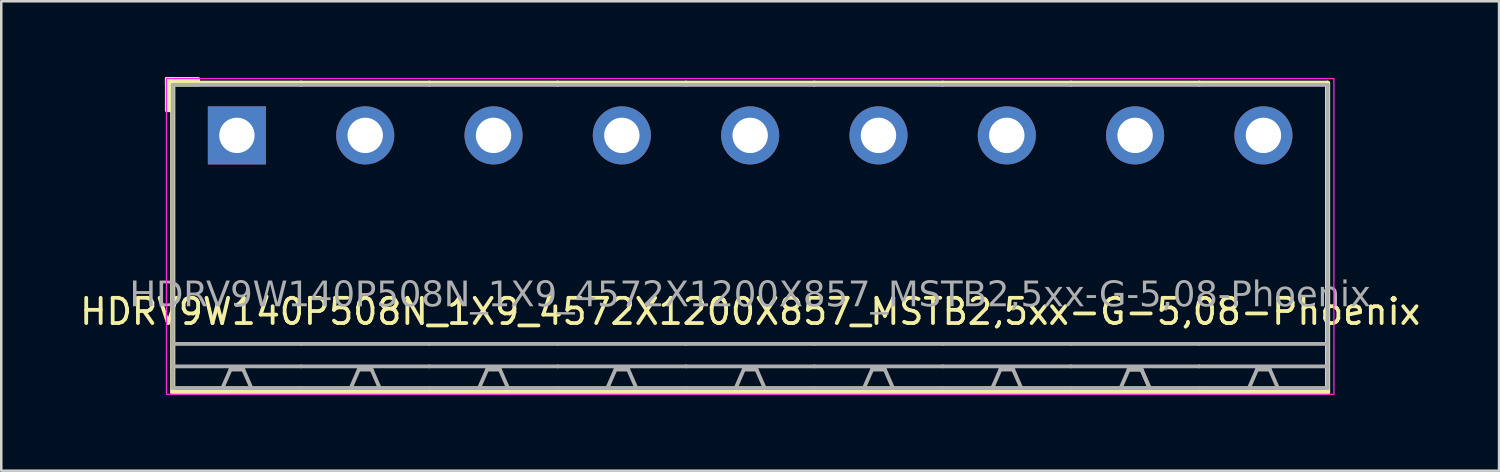
<source format=kicad_pcb>
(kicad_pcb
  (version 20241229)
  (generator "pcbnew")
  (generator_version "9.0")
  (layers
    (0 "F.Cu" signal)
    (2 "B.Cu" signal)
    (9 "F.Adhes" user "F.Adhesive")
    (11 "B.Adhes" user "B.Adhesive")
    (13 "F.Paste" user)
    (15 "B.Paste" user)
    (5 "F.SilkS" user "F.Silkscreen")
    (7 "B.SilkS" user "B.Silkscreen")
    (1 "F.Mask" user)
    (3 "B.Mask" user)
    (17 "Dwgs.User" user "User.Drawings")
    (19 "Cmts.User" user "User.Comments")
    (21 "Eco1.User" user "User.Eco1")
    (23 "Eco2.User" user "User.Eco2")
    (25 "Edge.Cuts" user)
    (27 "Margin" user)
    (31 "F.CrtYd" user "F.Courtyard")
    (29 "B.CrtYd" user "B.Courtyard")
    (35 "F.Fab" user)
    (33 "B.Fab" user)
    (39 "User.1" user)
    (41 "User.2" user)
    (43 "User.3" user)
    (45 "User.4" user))
  (footprint "HDRV9W140P508N_1X9_4572X1200X857_MSTB2,5xx-G-5,08-Phoenix"
    (layer "F.Cu")
    (at 26.649 2.31)
    (property "Reference" "HDRV9W140P508N_1X9_4572X1200X857_MSTB2,5xx-G-5,08-Phoenix" (at 0 6.975 0) (layer "F.SilkS") (effects (font (size 1 1) (thickness 0.15))))
    (attr through_hole)
    (fp_line (start -22.86 -2.065) (end -22.86 10.16) (stroke (width 0.203) (type solid)) (layer "F.SilkS"))
    (fp_line (start -22.86 10.16) (end -17.78 10.16) (stroke (width 0.203) (type solid)) (layer "F.SilkS"))
    (fp_line (start -17.78 -2.065) (end -22.86 -2.065) (stroke (width 0.203) (type solid)) (layer "F.SilkS"))
    (fp_line (start -17.78 -2.065) (end -12.7 -2.065) (stroke (width 0.203) (type solid)) (layer "F.SilkS"))
    (fp_line (start -12.7 -2.065) (end -7.62 -2.065) (stroke (width 0.203) (type solid)) (layer "F.SilkS"))
    (fp_line (start -12.7 10.16) (end -17.78 10.16) (stroke (width 0.203) (type solid)) (layer "F.SilkS"))
    (fp_line (start -7.62 -2.065) (end -2.54 -2.065) (stroke (width 0.203) (type solid)) (layer "F.SilkS"))
    (fp_line (start -7.62 10.16) (end -12.7 10.16) (stroke (width 0.203) (type solid)) (layer "F.SilkS"))
    (fp_line (start -2.54 -2.065) (end 2.54 -2.065) (stroke (width 0.203) (type solid)) (layer "F.SilkS"))
    (fp_line (start -2.54 10.16) (end -7.62 10.16) (stroke (width 0.203) (type solid)) (layer "F.SilkS"))
    (fp_line (start 2.54 -2.065) (end 7.62 -2.065) (stroke (width 0.203) (type solid)) (layer "F.SilkS"))
    (fp_line (start 2.54 10.16) (end -2.54 10.16) (stroke (width 0.203) (type solid)) (layer "F.SilkS"))
    (fp_line (start 7.62 -2.065) (end 12.7 -2.065) (stroke (width 0.203) (type solid)) (layer "F.SilkS"))
    (fp_line (start 7.62 10.16) (end 2.54 10.16) (stroke (width 0.203) (type solid)) (layer "F.SilkS"))
    (fp_line (start 12.7 -2.065) (end 17.78 -2.065) (stroke (width 0.203) (type solid)) (layer "F.SilkS"))
    (fp_line (start 12.7 10.16) (end 7.62 10.16) (stroke (width 0.203) (type solid)) (layer "F.SilkS"))
    (fp_line (start 17.78 -2.065) (end 22.86 -2.065) (stroke (width 0.203) (type solid)) (layer "F.SilkS"))
    (fp_line (start 17.78 10.16) (end 12.7 10.16) (stroke (width 0.203) (type solid)) (layer "F.SilkS"))
    (fp_line (start 22.86 -2.065) (end 22.86 10.16) (stroke (width 0.203) (type solid)) (layer "F.SilkS"))
    (fp_line (start 22.86 10.16) (end 17.78 10.16) (stroke (width 0.203) (type solid)) (layer "F.SilkS"))
    (fp_rect (start -23.11 -2.25) (end -22.856 -0.98) (stroke (width 0.12) (type solid)) (fill yes) (layer "F.SilkS"))
    (fp_rect (start -23.11 -2.25) (end -21.84 -1.996) (stroke (width 0.12) (type solid)) (fill yes) (layer "F.SilkS"))
    (fp_rect (start -23.11 -2.25) (end 23.11 10.25) (stroke (width 0.05) (type default)) (fill no) (layer "F.CrtYd"))
    (fp_line (start -22.86 -2) (end -22.86 10) (stroke (width 0.152) (type solid)) (layer "F.Fab"))
    (fp_line (start -20.574 9.271) (end -20.892 10) (stroke (width 0.152) (type default)) (layer "F.Fab"))
    (fp_line (start -20.066 9.271) (end -20.574 9.271) (stroke (width 0.152) (type default)) (layer "F.Fab"))
    (fp_line (start -20.066 9.271) (end -19.748 10) (stroke (width 0.152) (type default)) (layer "F.Fab"))
    (fp_line (start -17.78 -2) (end -22.86 -2) (stroke (width 0.152) (type solid)) (layer "F.Fab"))
    (fp_line (start -17.78 -2) (end -12.7 -2) (stroke (width 0.152) (type solid)) (layer "F.Fab"))
    (fp_line (start -17.78 8.255) (end -22.86 8.255) (stroke (width 0.152) (type solid)) (layer "F.Fab"))
    (fp_line (start -17.78 8.255) (end -12.7 8.255) (stroke (width 0.152) (type solid)) (layer "F.Fab"))
    (fp_line (start -17.78 9.144) (end -22.86 9.144) (stroke (width 0.152) (type solid)) (layer "F.Fab"))
    (fp_line (start -17.78 9.144) (end -12.7 9.144) (stroke (width 0.152) (type solid)) (layer "F.Fab"))
    (fp_line (start -17.78 10) (end -22.86 10) (stroke (width 0.152) (type solid)) (layer "F.Fab"))
    (fp_line (start -17.78 10) (end -12.7 10) (stroke (width 0.152) (type solid)) (layer "F.Fab"))
    (fp_line (start -15.494 9.271) (end -15.812 10) (stroke (width 0.152) (type default)) (layer "F.Fab"))
    (fp_line (start -14.986 9.271) (end -15.494 9.271) (stroke (width 0.152) (type default)) (layer "F.Fab"))
    (fp_line (start -14.986 9.271) (end -14.668 10) (stroke (width 0.152) (type default)) (layer "F.Fab"))
    (fp_line (start -12.7 -2) (end -7.62 -2) (stroke (width 0.152) (type solid)) (layer "F.Fab"))
    (fp_line (start -12.7 8.255) (end -7.62 8.255) (stroke (width 0.152) (type solid)) (layer "F.Fab"))
    (fp_line (start -12.7 9.144) (end -7.62 9.144) (stroke (width 0.152) (type solid)) (layer "F.Fab"))
    (fp_line (start -12.7 10) (end -7.62 10) (stroke (width 0.152) (type solid)) (layer "F.Fab"))
    (fp_line (start -10.414 9.271) (end -10.732 10) (stroke (width 0.152) (type default)) (layer "F.Fab"))
    (fp_line (start -9.906 9.271) (end -10.414 9.271) (stroke (width 0.152) (type default)) (layer "F.Fab"))
    (fp_line (start -9.906 9.271) (end -9.588 10) (stroke (width 0.152) (type default)) (layer "F.Fab"))
    (fp_line (start -7.62 -2) (end -2.54 -2) (stroke (width 0.152) (type solid)) (layer "F.Fab"))
    (fp_line (start -7.62 8.255) (end -2.54 8.255) (stroke (width 0.152) (type solid)) (layer "F.Fab"))
    (fp_line (start -7.62 9.144) (end -2.54 9.144) (stroke (width 0.152) (type solid)) (layer "F.Fab"))
    (fp_line (start -7.62 10) (end -2.54 10) (stroke (width 0.152) (type solid)) (layer "F.Fab"))
    (fp_line (start -5.334 9.271) (end -5.652 10) (stroke (width 0.152) (type default)) (layer "F.Fab"))
    (fp_line (start -4.826 9.271) (end -5.334 9.271) (stroke (width 0.152) (type default)) (layer "F.Fab"))
    (fp_line (start -4.826 9.271) (end -4.508 10) (stroke (width 0.152) (type default)) (layer "F.Fab"))
    (fp_line (start -2.54 -2) (end 2.54 -2) (stroke (width 0.152) (type solid)) (layer "F.Fab"))
    (fp_line (start -2.54 8.255) (end 2.54 8.255) (stroke (width 0.152) (type solid)) (layer "F.Fab"))
    (fp_line (start -2.54 9.144) (end 2.54 9.144) (stroke (width 0.152) (type solid)) (layer "F.Fab"))
    (fp_line (start -2.54 10) (end 2.54 10) (stroke (width 0.152) (type solid)) (layer "F.Fab"))
    (fp_line (start -0.254 9.271) (end -0.572 10) (stroke (width 0.152) (type default)) (layer "F.Fab"))
    (fp_line (start 0.254 9.271) (end -0.254 9.271) (stroke (width 0.152) (type default)) (layer "F.Fab"))
    (fp_line (start 0.254 9.271) (end 0.572 10) (stroke (width 0.152) (type default)) (layer "F.Fab"))
    (fp_line (start 2.54 -2) (end 7.62 -2) (stroke (width 0.152) (type solid)) (layer "F.Fab"))
    (fp_line (start 2.54 8.255) (end 7.62 8.255) (stroke (width 0.152) (type solid)) (layer "F.Fab"))
    (fp_line (start 2.54 9.144) (end 7.62 9.144) (stroke (width 0.152) (type solid)) (layer "F.Fab"))
    (fp_line (start 2.54 10) (end 7.62 10) (stroke (width 0.152) (type solid)) (layer "F.Fab"))
    (fp_line (start 4.826 9.271) (end 4.508 10) (stroke (width 0.152) (type default)) (layer "F.Fab"))
    (fp_line (start 5.334 9.271) (end 4.826 9.271) (stroke (width 0.152) (type default)) (layer "F.Fab"))
    (fp_line (start 5.334 9.271) (end 5.652 10) (stroke (width 0.152) (type default)) (layer "F.Fab"))
    (fp_line (start 7.62 -2) (end 12.7 -2) (stroke (width 0.152) (type solid)) (layer "F.Fab"))
    (fp_line (start 7.62 8.255) (end 12.7 8.255) (stroke (width 0.152) (type solid)) (layer "F.Fab"))
    (fp_line (start 7.62 9.144) (end 12.7 9.144) (stroke (width 0.152) (type solid)) (layer "F.Fab"))
    (fp_line (start 7.62 10) (end 12.7 10) (stroke (width 0.152) (type solid)) (layer "F.Fab"))
    (fp_line (start 9.906 9.271) (end 9.588 10) (stroke (width 0.152) (type default)) (layer "F.Fab"))
    (fp_line (start 10.414 9.271) (end 9.906 9.271) (stroke (width 0.152) (type default)) (layer "F.Fab"))
    (fp_line (start 10.414 9.271) (end 10.732 10) (stroke (width 0.152) (type default)) (layer "F.Fab"))
    (fp_line (start 12.7 -2) (end 17.78 -2) (stroke (width 0.152) (type solid)) (layer "F.Fab"))
    (fp_line (start 12.7 8.255) (end 17.78 8.255) (stroke (width 0.152) (type solid)) (layer "F.Fab"))
    (fp_line (start 12.7 9.144) (end 17.78 9.144) (stroke (width 0.152) (type solid)) (layer "F.Fab"))
    (fp_line (start 12.7 10) (end 17.78 10) (stroke (width 0.152) (type solid)) (layer "F.Fab"))
    (fp_line (start 14.986 9.271) (end 14.668 10) (stroke (width 0.152) (type default)) (layer "F.Fab"))
    (fp_line (start 15.494 9.271) (end 14.986 9.271) (stroke (width 0.152) (type default)) (layer "F.Fab"))
    (fp_line (start 15.494 9.271) (end 14.986 9.271) (stroke (width 0.152) (type default)) (layer "F.Fab"))
    (fp_line (start 15.494 9.271) (end 15.812 10) (stroke (width 0.152) (type default)) (layer "F.Fab"))
    (fp_line (start 15.494 9.271) (end 15.812 10) (stroke (width 0.152) (type default)) (layer "F.Fab"))
    (fp_line (start 17.78 -2) (end 22.86 -2) (stroke (width 0.152) (type solid)) (layer "F.Fab"))
    (fp_line (start 17.78 8.255) (end 22.86 8.255) (stroke (width 0.152) (type solid)) (layer "F.Fab"))
    (fp_line (start 17.78 9.144) (end 22.86 9.144) (stroke (width 0.152) (type solid)) (layer "F.Fab"))
    (fp_line (start 17.78 10) (end 22.86 10) (stroke (width 0.152) (type solid)) (layer "F.Fab"))
    (fp_line (start 20.066 9.271) (end 19.748 10) (stroke (width 0.152) (type default)) (layer "F.Fab"))
    (fp_line (start 20.574 9.271) (end 20.066 9.271) (stroke (width 0.152) (type default)) (layer "F.Fab"))
    (fp_line (start 20.574 9.271) (end 20.892 10) (stroke (width 0.152) (type default)) (layer "F.Fab"))
    (fp_line (start 22.86 -2) (end 22.86 10) (stroke (width 0.152) (type solid)) (layer "F.Fab"))
    (fp_rect (start -20.574 -0.254) (end -20.066 0.254) (stroke (width 0.152) (type solid)) (fill no) (layer "F.Fab"))
    (fp_rect (start -14.986 -0.254) (end -15.494 0.254) (stroke (width 0.152) (type solid)) (fill no) (layer "F.Fab"))
    (fp_rect (start -9.906 -0.254) (end -10.414 0.254) (stroke (width 0.152) (type solid)) (fill no) (layer "F.Fab"))
    (fp_rect (start -4.826 -0.254) (end -5.334 0.254) (stroke (width 0.152) (type solid)) (fill no) (layer "F.Fab"))
    (fp_rect (start 0.254 -0.254) (end -0.254 0.254) (stroke (width 0.152) (type solid)) (fill no) (layer "F.Fab"))
    (fp_rect (start 5.334 -0.254) (end 4.826 0.254) (stroke (width 0.152) (type solid)) (fill no) (layer "F.Fab"))
    (fp_rect (start 10.414 -0.254) (end 9.906 0.254) (stroke (width 0.152) (type solid)) (fill no) (layer "F.Fab"))
    (fp_rect (start 15.494 -0.254) (end 14.986 0.254) (stroke (width 0.152) (type solid)) (fill no) (layer "F.Fab"))
    (fp_rect (start 20.574 -0.254) (end 20.066 0.254) (stroke (width 0.152) (type solid)) (fill no) (layer "F.Fab"))
    (fp_text user "${REFERENCE}" (at 0 6.35 0) (layer "F.Fab") (effects (font (face "Tahoma") (size 1 1) (thickness 0.15))))
    (pad "1" thru_hole rect (at -20.32 0) (size 2.3 2.3) (drill 1.4) (layers "*.Cu" "*.Mask"))
    (pad "2" thru_hole circle (at -15.24 0) (size 2.3 2.3) (drill 1.4) (layers "*.Cu" "*.Mask"))
    (pad "3" thru_hole circle (at -10.16 0) (size 2.3 2.3) (drill 1.4) (layers "*.Cu" "*.Mask"))
    (pad "4" thru_hole circle (at -5.08 0) (size 2.3 2.3) (drill 1.4) (layers "*.Cu" "*.Mask"))
    (pad "5" thru_hole circle (at 0 0) (size 2.3 2.3) (drill 1.4) (layers "*.Cu" "*.Mask"))
    (pad "6" thru_hole circle (at 5.08 0) (size 2.3 2.3) (drill 1.4) (layers "*.Cu" "*.Mask"))
    (pad "7" thru_hole circle (at 10.16 0) (size 2.3 2.3) (drill 1.4) (layers "*.Cu" "*.Mask"))
    (pad "8" thru_hole circle (at 15.24 0) (size 2.3 2.3) (drill 1.4) (layers "*.Cu" "*.Mask"))
    (pad "9" thru_hole circle (at 20.32 0) (size 2.3 2.3) (drill 1.4) (layers "*.Cu" "*.Mask")))
  (gr_rect
    (start -3 -3)
    (end 56.298 15.585)
    (stroke (width 0.1) (type default))
    (fill no)
    (layer "Edge.Cuts")))
</source>
